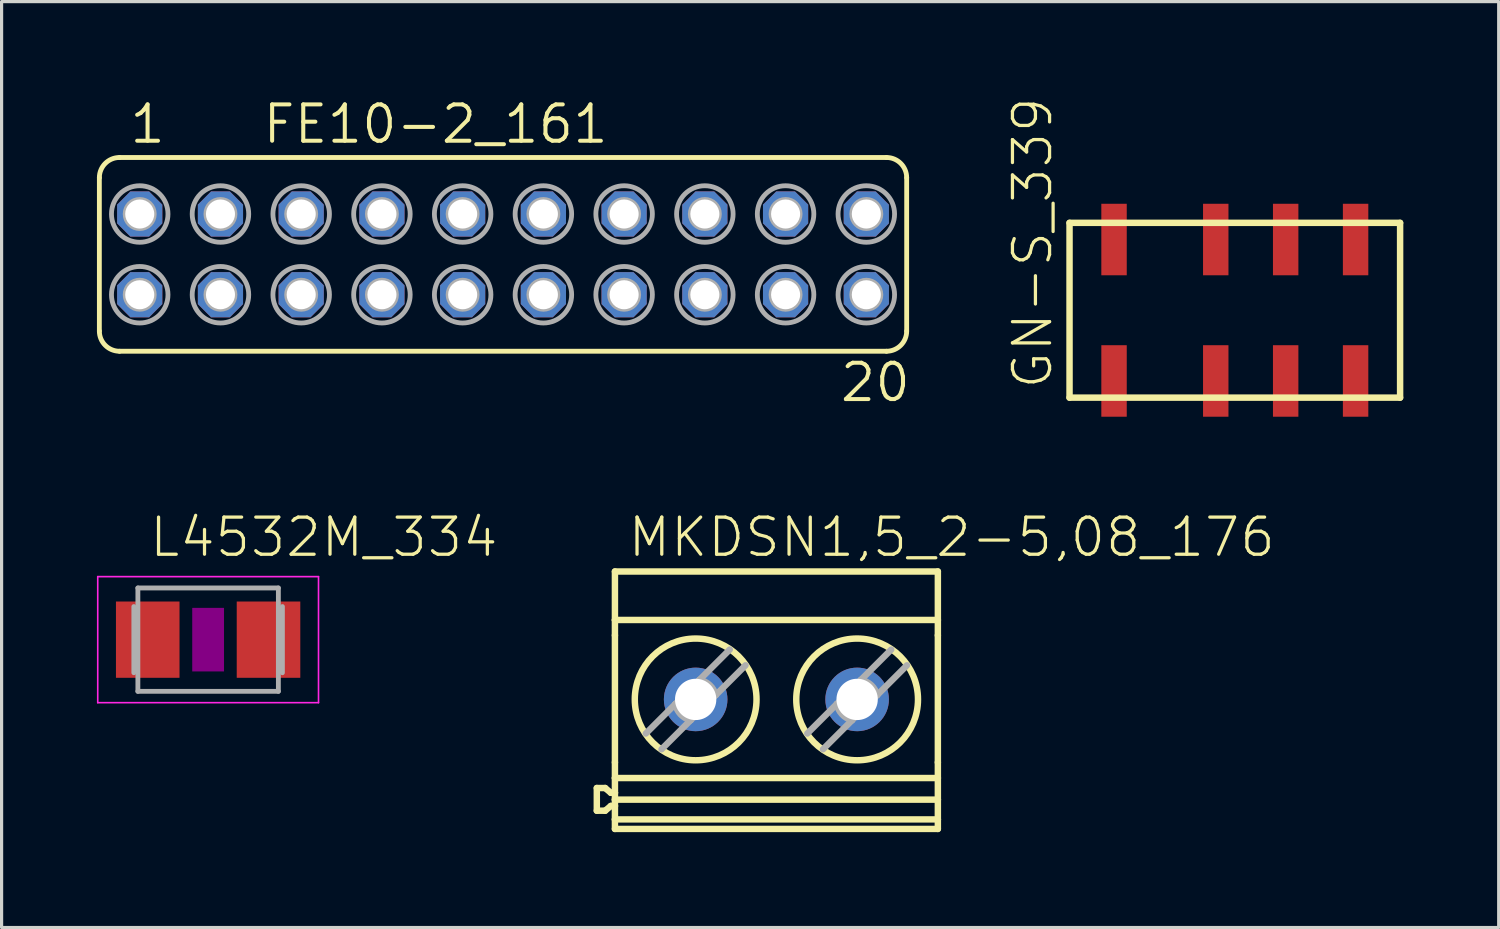
<source format=kicad_pcb>
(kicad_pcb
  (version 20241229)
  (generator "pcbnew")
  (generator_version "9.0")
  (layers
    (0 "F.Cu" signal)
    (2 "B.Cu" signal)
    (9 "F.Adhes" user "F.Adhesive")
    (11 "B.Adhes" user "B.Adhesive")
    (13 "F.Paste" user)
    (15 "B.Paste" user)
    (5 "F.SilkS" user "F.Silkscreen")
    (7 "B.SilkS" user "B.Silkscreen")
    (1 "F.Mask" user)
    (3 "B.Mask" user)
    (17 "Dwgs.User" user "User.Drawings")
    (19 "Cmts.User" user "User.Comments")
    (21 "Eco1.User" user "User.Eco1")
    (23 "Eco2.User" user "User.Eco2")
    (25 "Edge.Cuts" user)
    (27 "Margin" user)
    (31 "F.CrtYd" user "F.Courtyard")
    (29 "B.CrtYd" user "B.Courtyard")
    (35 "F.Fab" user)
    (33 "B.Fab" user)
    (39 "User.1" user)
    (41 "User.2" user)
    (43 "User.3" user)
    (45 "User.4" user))
  (footprint "FE10-2_161"
    (layer "F.Cu")
    (at 12.776 4.953)
    (property "Reference" "FE10-2_161" (at -7.62 -3.429 0) (unlocked yes) (layer "F.SilkS") (effects (font (size 1.143 1.143) (thickness 0.127)) (justify left bottom)))
    (fp_line (start -12.7 2.413) (end -12.7 -2.413) (stroke (width 0.152) (type solid)) (layer "F.SilkS"))
    (fp_line (start -12.065 -3.048) (end 12.065 -3.048) (stroke (width 0.152) (type solid)) (layer "F.SilkS"))
    (fp_line (start -12.065 3.048) (end 12.065 3.048) (stroke (width 0.152) (type solid)) (layer "F.SilkS"))
    (fp_line (start 12.7 2.413) (end 12.7 -2.413) (stroke (width 0.152) (type solid)) (layer "F.SilkS"))
    (fp_arc (start -12.7 -2.413) (mid -12.514013 -2.862013) (end -12.065 -3.048) (stroke (width 0.1524) (type solid)) (layer "F.SilkS"))
    (fp_arc (start -12.065 3.048) (mid -12.514013 2.862013) (end -12.7 2.413) (stroke (width 0.1524) (type solid)) (layer "F.SilkS"))
    (fp_arc (start 12.065 -3.048) (mid 12.514013 -2.862013) (end 12.7 -2.413) (stroke (width 0.1524) (type solid)) (layer "F.SilkS"))
    (fp_arc (start 12.7 2.413) (mid 12.514013 2.862013) (end 12.065 3.048) (stroke (width 0.1524) (type solid)) (layer "F.SilkS"))
    (fp_circle (center -11.43 -1.27) (end -11.303 -1.27) (stroke (width 0.406) (type solid)) (fill no) (layer "F.Fab"))
    (fp_circle (center -11.43 -1.27) (end -10.541 -1.27) (stroke (width 0.152) (type solid)) (fill no) (layer "F.Fab"))
    (fp_circle (center -11.43 1.27) (end -11.303 1.27) (stroke (width 0.406) (type solid)) (fill no) (layer "F.Fab"))
    (fp_circle (center -11.43 1.27) (end -10.541 1.27) (stroke (width 0.152) (type solid)) (fill no) (layer "F.Fab"))
    (fp_circle (center -8.89 -1.27) (end -8.763 -1.27) (stroke (width 0.406) (type solid)) (fill no) (layer "F.Fab"))
    (fp_circle (center -8.89 -1.27) (end -8.001 -1.27) (stroke (width 0.152) (type solid)) (fill no) (layer "F.Fab"))
    (fp_circle (center -8.89 1.27) (end -8.763 1.27) (stroke (width 0.406) (type solid)) (fill no) (layer "F.Fab"))
    (fp_circle (center -8.89 1.27) (end -8.001 1.27) (stroke (width 0.152) (type solid)) (fill no) (layer "F.Fab"))
    (fp_circle (center -6.35 -1.27) (end -6.223 -1.27) (stroke (width 0.406) (type solid)) (fill no) (layer "F.Fab"))
    (fp_circle (center -6.35 -1.27) (end -5.461 -1.27) (stroke (width 0.152) (type solid)) (fill no) (layer "F.Fab"))
    (fp_circle (center -6.35 1.27) (end -6.223 1.27) (stroke (width 0.406) (type solid)) (fill no) (layer "F.Fab"))
    (fp_circle (center -6.35 1.27) (end -5.461 1.27) (stroke (width 0.152) (type solid)) (fill no) (layer "F.Fab"))
    (fp_circle (center -3.81 -1.27) (end -3.683 -1.27) (stroke (width 0.406) (type solid)) (fill no) (layer "F.Fab"))
    (fp_circle (center -3.81 -1.27) (end -2.921 -1.27) (stroke (width 0.152) (type solid)) (fill no) (layer "F.Fab"))
    (fp_circle (center -3.81 1.27) (end -3.683 1.27) (stroke (width 0.406) (type solid)) (fill no) (layer "F.Fab"))
    (fp_circle (center -3.81 1.27) (end -2.921 1.27) (stroke (width 0.152) (type solid)) (fill no) (layer "F.Fab"))
    (fp_circle (center -1.27 -1.27) (end -1.143 -1.27) (stroke (width 0.406) (type solid)) (fill no) (layer "F.Fab"))
    (fp_circle (center -1.27 -1.27) (end -0.381 -1.27) (stroke (width 0.152) (type solid)) (fill no) (layer "F.Fab"))
    (fp_circle (center -1.27 1.27) (end -1.143 1.27) (stroke (width 0.406) (type solid)) (fill no) (layer "F.Fab"))
    (fp_circle (center -1.27 1.27) (end -0.381 1.27) (stroke (width 0.152) (type solid)) (fill no) (layer "F.Fab"))
    (fp_circle (center 1.27 -1.27) (end 1.397 -1.27) (stroke (width 0.406) (type solid)) (fill no) (layer "F.Fab"))
    (fp_circle (center 1.27 -1.27) (end 2.159 -1.27) (stroke (width 0.152) (type solid)) (fill no) (layer "F.Fab"))
    (fp_circle (center 1.27 1.27) (end 1.397 1.27) (stroke (width 0.406) (type solid)) (fill no) (layer "F.Fab"))
    (fp_circle (center 1.27 1.27) (end 2.159 1.27) (stroke (width 0.152) (type solid)) (fill no) (layer "F.Fab"))
    (fp_circle (center 3.81 -1.27) (end 3.937 -1.27) (stroke (width 0.406) (type solid)) (fill no) (layer "F.Fab"))
    (fp_circle (center 3.81 -1.27) (end 4.699 -1.27) (stroke (width 0.152) (type solid)) (fill no) (layer "F.Fab"))
    (fp_circle (center 3.81 1.27) (end 3.937 1.27) (stroke (width 0.406) (type solid)) (fill no) (layer "F.Fab"))
    (fp_circle (center 3.81 1.27) (end 4.699 1.27) (stroke (width 0.152) (type solid)) (fill no) (layer "F.Fab"))
    (fp_circle (center 6.35 -1.27) (end 6.477 -1.27) (stroke (width 0.406) (type solid)) (fill no) (layer "F.Fab"))
    (fp_circle (center 6.35 -1.27) (end 7.239 -1.27) (stroke (width 0.152) (type solid)) (fill no) (layer "F.Fab"))
    (fp_circle (center 6.35 1.27) (end 6.477 1.27) (stroke (width 0.406) (type solid)) (fill no) (layer "F.Fab"))
    (fp_circle (center 6.35 1.27) (end 7.239 1.27) (stroke (width 0.152) (type solid)) (fill no) (layer "F.Fab"))
    (fp_circle (center 8.89 -1.27) (end 9.017 -1.27) (stroke (width 0.406) (type solid)) (fill no) (layer "F.Fab"))
    (fp_circle (center 8.89 -1.27) (end 9.779 -1.27) (stroke (width 0.152) (type solid)) (fill no) (layer "F.Fab"))
    (fp_circle (center 8.89 1.27) (end 9.017 1.27) (stroke (width 0.406) (type solid)) (fill no) (layer "F.Fab"))
    (fp_circle (center 8.89 1.27) (end 9.779 1.27) (stroke (width 0.152) (type solid)) (fill no) (layer "F.Fab"))
    (fp_circle (center 11.43 -1.27) (end 11.557 -1.27) (stroke (width 0.406) (type solid)) (fill no) (layer "F.Fab"))
    (fp_circle (center 11.43 -1.27) (end 12.319 -1.27) (stroke (width 0.152) (type solid)) (fill no) (layer "F.Fab"))
    (fp_circle (center 11.43 1.27) (end 11.557 1.27) (stroke (width 0.406) (type solid)) (fill no) (layer "F.Fab"))
    (fp_circle (center 11.43 1.27) (end 12.319 1.27) (stroke (width 0.152) (type solid)) (fill no) (layer "F.Fab"))
    (fp_text user "1" (at -11.811 -3.429 0) (unlocked yes) (layer "F.SilkS") (effects (font (size 1.143 1.143) (thickness 0.127)) (justify left bottom)))
    (fp_text user "20" (at 10.541 4.699 0) (unlocked yes) (layer "F.SilkS") (effects (font (size 1.143 1.143) (thickness 0.127)) (justify left bottom)))
    (pad "1" thru_hole roundrect (at -11.43 -1.27) (size 1.422 1.422) (drill 0.914) (layers "*.Cu" "*.Mask") (roundrect_rratio 0.25) (chamfer_ratio 0.293) (chamfer top_left top_right bottom_left bottom_right))
    (pad "2" thru_hole roundrect (at -11.43 1.27) (size 1.422 1.422) (drill 0.914) (layers "*.Cu" "*.Mask") (roundrect_rratio 0.25) (chamfer_ratio 0.293) (chamfer top_left top_right bottom_left bottom_right))
    (pad "3" thru_hole roundrect (at -8.89 -1.27) (size 1.422 1.422) (drill 0.914) (layers "*.Cu" "*.Mask") (roundrect_rratio 0.25) (chamfer_ratio 0.293) (chamfer top_left top_right bottom_left bottom_right))
    (pad "4" thru_hole roundrect (at -8.89 1.27) (size 1.422 1.422) (drill 0.914) (layers "*.Cu" "*.Mask") (roundrect_rratio 0.25) (chamfer_ratio 0.293) (chamfer top_left top_right bottom_left bottom_right))
    (pad "5" thru_hole roundrect (at -6.35 -1.27) (size 1.422 1.422) (drill 0.914) (layers "*.Cu" "*.Mask") (roundrect_rratio 0.25) (chamfer_ratio 0.293) (chamfer top_left top_right bottom_left bottom_right))
    (pad "6" thru_hole roundrect (at -6.35 1.27) (size 1.422 1.422) (drill 0.914) (layers "*.Cu" "*.Mask") (roundrect_rratio 0.25) (chamfer_ratio 0.293) (chamfer top_left top_right bottom_left bottom_right))
    (pad "7" thru_hole roundrect (at -3.81 -1.27) (size 1.422 1.422) (drill 0.914) (layers "*.Cu" "*.Mask") (roundrect_rratio 0.25) (chamfer_ratio 0.293) (chamfer top_left top_right bottom_left bottom_right))
    (pad "8" thru_hole roundrect (at -3.81 1.27) (size 1.422 1.422) (drill 0.914) (layers "*.Cu" "*.Mask") (roundrect_rratio 0.25) (chamfer_ratio 0.293) (chamfer top_left top_right bottom_left bottom_right))
    (pad "9" thru_hole roundrect (at -1.27 -1.27) (size 1.422 1.422) (drill 0.914) (layers "*.Cu" "*.Mask") (roundrect_rratio 0.25) (chamfer_ratio 0.293) (chamfer top_left top_right bottom_left bottom_right))
    (pad "10" thru_hole roundrect (at -1.27 1.27) (size 1.422 1.422) (drill 0.914) (layers "*.Cu" "*.Mask") (roundrect_rratio 0.25) (chamfer_ratio 0.293) (chamfer top_left top_right bottom_left bottom_right))
    (pad "11" thru_hole roundrect (at 1.27 -1.27) (size 1.422 1.422) (drill 0.914) (layers "*.Cu" "*.Mask") (roundrect_rratio 0.25) (chamfer_ratio 0.293) (chamfer top_left top_right bottom_left bottom_right))
    (pad "12" thru_hole roundrect (at 1.27 1.27) (size 1.422 1.422) (drill 0.914) (layers "*.Cu" "*.Mask") (roundrect_rratio 0.25) (chamfer_ratio 0.293) (chamfer top_left top_right bottom_left bottom_right))
    (pad "13" thru_hole roundrect (at 3.81 -1.27) (size 1.422 1.422) (drill 0.914) (layers "*.Cu" "*.Mask") (roundrect_rratio 0.25) (chamfer_ratio 0.293) (chamfer top_left top_right bottom_left bottom_right))
    (pad "14" thru_hole roundrect (at 3.81 1.27) (size 1.422 1.422) (drill 0.914) (layers "*.Cu" "*.Mask") (roundrect_rratio 0.25) (chamfer_ratio 0.293) (chamfer top_left top_right bottom_left bottom_right))
    (pad "15" thru_hole roundrect (at 6.35 -1.27) (size 1.422 1.422) (drill 0.914) (layers "*.Cu" "*.Mask") (roundrect_rratio 0.25) (chamfer_ratio 0.293) (chamfer top_left top_right bottom_left bottom_right))
    (pad "16" thru_hole roundrect (at 6.35 1.27) (size 1.422 1.422) (drill 0.914) (layers "*.Cu" "*.Mask") (roundrect_rratio 0.25) (chamfer_ratio 0.293) (chamfer top_left top_right bottom_left bottom_right))
    (pad "17" thru_hole roundrect (at 8.89 -1.27) (size 1.422 1.422) (drill 0.914) (layers "*.Cu" "*.Mask") (roundrect_rratio 0.25) (chamfer_ratio 0.293) (chamfer top_left top_right bottom_left bottom_right))
    (pad "18" thru_hole roundrect (at 8.89 1.27) (size 1.422 1.422) (drill 0.914) (layers "*.Cu" "*.Mask") (roundrect_rratio 0.25) (chamfer_ratio 0.293) (chamfer top_left top_right bottom_left bottom_right))
    (pad "19" thru_hole roundrect (at 11.43 -1.27) (size 1.422 1.422) (drill 0.914) (layers "*.Cu" "*.Mask") (roundrect_rratio 0.25) (chamfer_ratio 0.293) (chamfer top_left top_right bottom_left bottom_right))
    (pad "20" thru_hole roundrect (at 11.43 1.27) (size 1.422 1.422) (drill 0.914) (layers "*.Cu" "*.Mask") (roundrect_rratio 0.25) (chamfer_ratio 0.293) (chamfer top_left top_right bottom_left bottom_right)))
  (footprint "GN-S_339"
    (layer "F.Cu")
    (at 35.835 6.711)
    (property "Reference" "GN-S_339" (at -5.715 2.54 90) (unlocked yes) (layer "F.SilkS") (effects (font (size 1.168 1.168) (thickness 0.102)) (justify left bottom)))
    (fp_line (start -5.235 -2.75) (end 5.165 -2.75) (stroke (width 0.203) (type solid)) (layer "F.SilkS"))
    (fp_line (start -5.235 2.75) (end -5.235 -2.75) (stroke (width 0.203) (type solid)) (layer "F.SilkS"))
    (fp_line (start 5.165 -2.75) (end 5.165 2.75) (stroke (width 0.203) (type solid)) (layer "F.SilkS"))
    (fp_line (start 5.165 2.75) (end -5.235 2.75) (stroke (width 0.203) (type solid)) (layer "F.SilkS"))
    (pad "1" smd rect (at -3.835 2.225) (size 0.8 2.25) (layers "F.Cu" "F.Mask" "F.Paste"))
    (pad "2" smd rect (at -0.635 2.225) (size 0.8 2.25) (layers "F.Cu" "F.Mask" "F.Paste"))
    (pad "3" smd rect (at 1.565 2.225) (size 0.8 2.25) (layers "F.Cu" "F.Mask" "F.Paste"))
    (pad "4" smd rect (at 3.765 2.225) (size 0.8 2.25) (layers "F.Cu" "F.Mask" "F.Paste"))
    (pad "5" smd rect (at 3.765 -2.225) (size 0.8 2.25) (layers "F.Cu" "F.Mask" "F.Paste"))
    (pad "6" smd rect (at 1.565 -2.225) (size 0.8 2.25) (layers "F.Cu" "F.Mask" "F.Paste"))
    (pad "7" smd rect (at -0.635 -2.225) (size 0.8 2.25) (layers "F.Cu" "F.Mask" "F.Paste"))
    (pad "8" smd rect (at -3.835 -2.225) (size 0.8 2.25) (layers "F.Cu" "F.Mask" "F.Paste")))
  (footprint "L4532M_334"
    (layer "F.Cu")
    (at 3.498 17.075)
    (property "Reference" "L4532M_334" (at -1.905 -2.54 0) (unlocked yes) (layer "F.SilkS") (effects (font (size 1.168 1.168) (thickness 0.102)) (justify left bottom)))
    (fp_poly (pts (xy -0.5 1) (xy 0.5 1) (xy 0.5 -1) (xy -0.5 -1)) (stroke (width 0) (type default)) (fill yes) (layer "F.Adhes"))
    (fp_line (start -3.473 -1.983) (end 3.473 -1.983) (stroke (width 0.051) (type solid)) (layer "F.CrtYd"))
    (fp_line (start -3.473 1.983) (end -3.473 -1.983) (stroke (width 0.051) (type solid)) (layer "F.CrtYd"))
    (fp_line (start 3.473 -1.983) (end 3.473 1.983) (stroke (width 0.051) (type solid)) (layer "F.CrtYd"))
    (fp_line (start 3.473 1.983) (end -3.473 1.983) (stroke (width 0.051) (type solid)) (layer "F.CrtYd"))
    (fp_line (start -2.337 -1.041) (end -2.337 1.041) (stroke (width 0.152) (type solid)) (layer "F.Fab"))
    (fp_line (start -2.21 -1.626) (end -2.21 1.626) (stroke (width 0.152) (type solid)) (layer "F.Fab"))
    (fp_line (start -2.21 1.626) (end 2.21 1.626) (stroke (width 0.152) (type solid)) (layer "F.Fab"))
    (fp_line (start 2.21 -1.626) (end -2.21 -1.626) (stroke (width 0.152) (type solid)) (layer "F.Fab"))
    (fp_line (start 2.21 -1.626) (end 2.21 1.626) (stroke (width 0.152) (type solid)) (layer "F.Fab"))
    (fp_line (start 2.337 -1.041) (end 2.337 1.041) (stroke (width 0.152) (type solid)) (layer "F.Fab"))
    (pad "1" smd rect (at -1.9 0) (size 2 2.4) (layers "F.Cu" "F.Mask" "F.Paste"))
    (pad "2" smd rect (at 1.9 0) (size 2 2.4) (layers "F.Cu" "F.Mask" "F.Paste")))
  (footprint "MKDSN1,5_2-5,08_176"
    (layer "F.Cu")
    (at 21.398 18.98)
    (property "Reference" "MKDSN1,5_2-5,08_176" (at -4.751 -4.445 0) (unlocked yes) (layer "F.SilkS") (effects (font (size 1.168 1.168) (thickness 0.102)) (justify left bottom)))
    (fp_line (start -5.671 2.763) (end -5.671 3.477) (stroke (width 0.203) (type solid)) (layer "F.SilkS"))
    (fp_line (start -5.671 2.763) (end -5.408 2.763) (stroke (width 0.203) (type solid)) (layer "F.SilkS"))
    (fp_line (start -5.671 3.477) (end -5.408 3.477) (stroke (width 0.203) (type solid)) (layer "F.SilkS"))
    (fp_line (start -5.408 2.763) (end -5.23 2.913) (stroke (width 0.203) (type solid)) (layer "F.SilkS"))
    (fp_line (start -5.23 2.913) (end -5.101 2.913) (stroke (width 0.203) (type solid)) (layer "F.SilkS"))
    (fp_line (start -5.23 3.327) (end -5.408 3.477) (stroke (width 0.203) (type solid)) (layer "F.SilkS"))
    (fp_line (start -5.101 -4.05) (end 5.059 -4.05) (stroke (width 0.203) (type solid)) (layer "F.SilkS"))
    (fp_line (start -5.101 -2.524) (end -5.101 -4.05) (stroke (width 0.203) (type solid)) (layer "F.SilkS"))
    (fp_line (start -5.101 -2.524) (end -5.101 -2.041) (stroke (width 0.203) (type solid)) (layer "F.SilkS"))
    (fp_line (start -5.101 -2.524) (end 5.059 -2.524) (stroke (width 0.203) (type solid)) (layer "F.SilkS"))
    (fp_line (start -5.101 1.956) (end -5.101 -2.041) (stroke (width 0.203) (type solid)) (layer "F.SilkS"))
    (fp_line (start -5.101 1.956) (end -5.101 2.448) (stroke (width 0.203) (type solid)) (layer "F.SilkS"))
    (fp_line (start -5.101 2.913) (end -5.101 2.448) (stroke (width 0.203) (type solid)) (layer "F.SilkS"))
    (fp_line (start -5.101 3.128) (end -5.101 2.913) (stroke (width 0.203) (type solid)) (layer "F.SilkS"))
    (fp_line (start -5.101 3.128) (end 5.059 3.128) (stroke (width 0.203) (type solid)) (layer "F.SilkS"))
    (fp_line (start -5.101 3.327) (end -5.23 3.327) (stroke (width 0.203) (type solid)) (layer "F.SilkS"))
    (fp_line (start -5.101 3.327) (end -5.101 3.128) (stroke (width 0.203) (type solid)) (layer "F.SilkS"))
    (fp_line (start -5.101 3.75) (end -5.101 3.327) (stroke (width 0.203) (type solid)) (layer "F.SilkS"))
    (fp_line (start -5.101 3.75) (end -5.101 4.05) (stroke (width 0.203) (type solid)) (layer "F.SilkS"))
    (fp_line (start -5.101 4.05) (end 5.059 4.05) (stroke (width 0.203) (type solid)) (layer "F.SilkS"))
    (fp_line (start 5.059 -2.524) (end 5.059 -4.05) (stroke (width 0.203) (type solid)) (layer "F.SilkS"))
    (fp_line (start 5.059 -2.524) (end 5.059 -2.041) (stroke (width 0.203) (type solid)) (layer "F.SilkS"))
    (fp_line (start 5.059 1.956) (end 5.059 -2.041) (stroke (width 0.203) (type solid)) (layer "F.SilkS"))
    (fp_line (start 5.059 1.956) (end 5.059 2.448) (stroke (width 0.203) (type solid)) (layer "F.SilkS"))
    (fp_line (start 5.059 2.448) (end -5.101 2.448) (stroke (width 0.203) (type solid)) (layer "F.SilkS"))
    (fp_line (start 5.059 3.128) (end 5.059 2.448) (stroke (width 0.203) (type solid)) (layer "F.SilkS"))
    (fp_line (start 5.059 3.75) (end -5.101 3.75) (stroke (width 0.203) (type solid)) (layer "F.SilkS"))
    (fp_line (start 5.059 3.75) (end 5.059 3.128) (stroke (width 0.203) (type solid)) (layer "F.SilkS"))
    (fp_line (start 5.059 3.75) (end 5.059 4.05) (stroke (width 0.203) (type solid)) (layer "F.SilkS"))
    (fp_circle (center -2.561 -0.025) (end -0.646 -0.025) (stroke (width 0.203) (type solid)) (fill no) (layer "F.SilkS"))
    (fp_circle (center 2.519 -0.025) (end 4.434 -0.025) (stroke (width 0.203) (type solid)) (fill no) (layer "F.SilkS"))
    (fp_line (start -4.129 1.048) (end -3.2 0.119) (stroke (width 0.203) (type solid)) (layer "F.Fab"))
    (fp_line (start -3.2 0.119) (end -2.561 -0.52) (stroke (width 0.203) (type solid)) (layer "F.Fab"))
    (fp_line (start -2.721 0.63) (end -3.634 1.543) (stroke (width 0.203) (type solid)) (layer "F.Fab"))
    (fp_line (start -2.561 -0.52) (end -2.442 -0.639) (stroke (width 0.203) (type solid)) (layer "F.Fab"))
    (fp_line (start -2.561 0.47) (end -2.721 0.63) (stroke (width 0.203) (type solid)) (layer "F.Fab"))
    (fp_line (start -2.442 -0.639) (end -1.488 -1.593) (stroke (width 0.203) (type solid)) (layer "F.Fab"))
    (fp_line (start -1.931 -0.16) (end -2.561 0.47) (stroke (width 0.203) (type solid)) (layer "F.Fab"))
    (fp_line (start -0.993 -1.098) (end -1.931 -0.16) (stroke (width 0.203) (type solid)) (layer "F.Fab"))
    (fp_line (start 0.951 1.048) (end 1.88 0.119) (stroke (width 0.203) (type solid)) (layer "F.Fab"))
    (fp_line (start 1.88 0.119) (end 2.519 -0.52) (stroke (width 0.203) (type solid)) (layer "F.Fab"))
    (fp_line (start 2.359 0.63) (end 1.446 1.543) (stroke (width 0.203) (type solid)) (layer "F.Fab"))
    (fp_line (start 2.519 -0.52) (end 2.638 -0.639) (stroke (width 0.203) (type solid)) (layer "F.Fab"))
    (fp_line (start 2.519 0.47) (end 2.359 0.63) (stroke (width 0.203) (type solid)) (layer "F.Fab"))
    (fp_line (start 2.638 -0.639) (end 3.592 -1.593) (stroke (width 0.203) (type solid)) (layer "F.Fab"))
    (fp_line (start 3.149 -0.16) (end 2.519 0.47) (stroke (width 0.203) (type solid)) (layer "F.Fab"))
    (fp_line (start 4.087 -1.098) (end 3.149 -0.16) (stroke (width 0.203) (type solid)) (layer "F.Fab"))
    (fp_arc (start -2.721099 0.63) (mid -3.035315 0.444537) (end -3.2001 0.119) (stroke (width 0.2032) (type solid)) (layer "F.Fab"))
    (fp_arc (start -2.4421 -0.639) (mid -2.116563 -0.474216) (end -1.9311 -0.16) (stroke (width 0.2032) (type solid)) (layer "F.Fab"))
    (fp_arc (start 2.3589 0.629999) (mid 2.044684 0.444536) (end 1.8799 0.119) (stroke (width 0.2032) (type solid)) (layer "F.Fab"))
    (fp_arc (start 2.6379 -0.639001) (mid 2.963437 -0.474216) (end 3.1489 -0.16) (stroke (width 0.2032) (type solid)) (layer "F.Fab"))
    (pad "1" thru_hole circle (at -2.561 -0.025) (size 2 2) (drill 1.3) (layers "*.Cu" "*.Mask"))
    (pad "2" thru_hole circle (at 2.519 -0.025) (size 2 2) (drill 1.3) (layers "*.Cu" "*.Mask")))
  (gr_rect
    (start -3 -3)
    (end 44.102 26.131)
    (stroke (width 0.1) (type default))
    (fill no)
    (layer "Edge.Cuts")))
</source>
